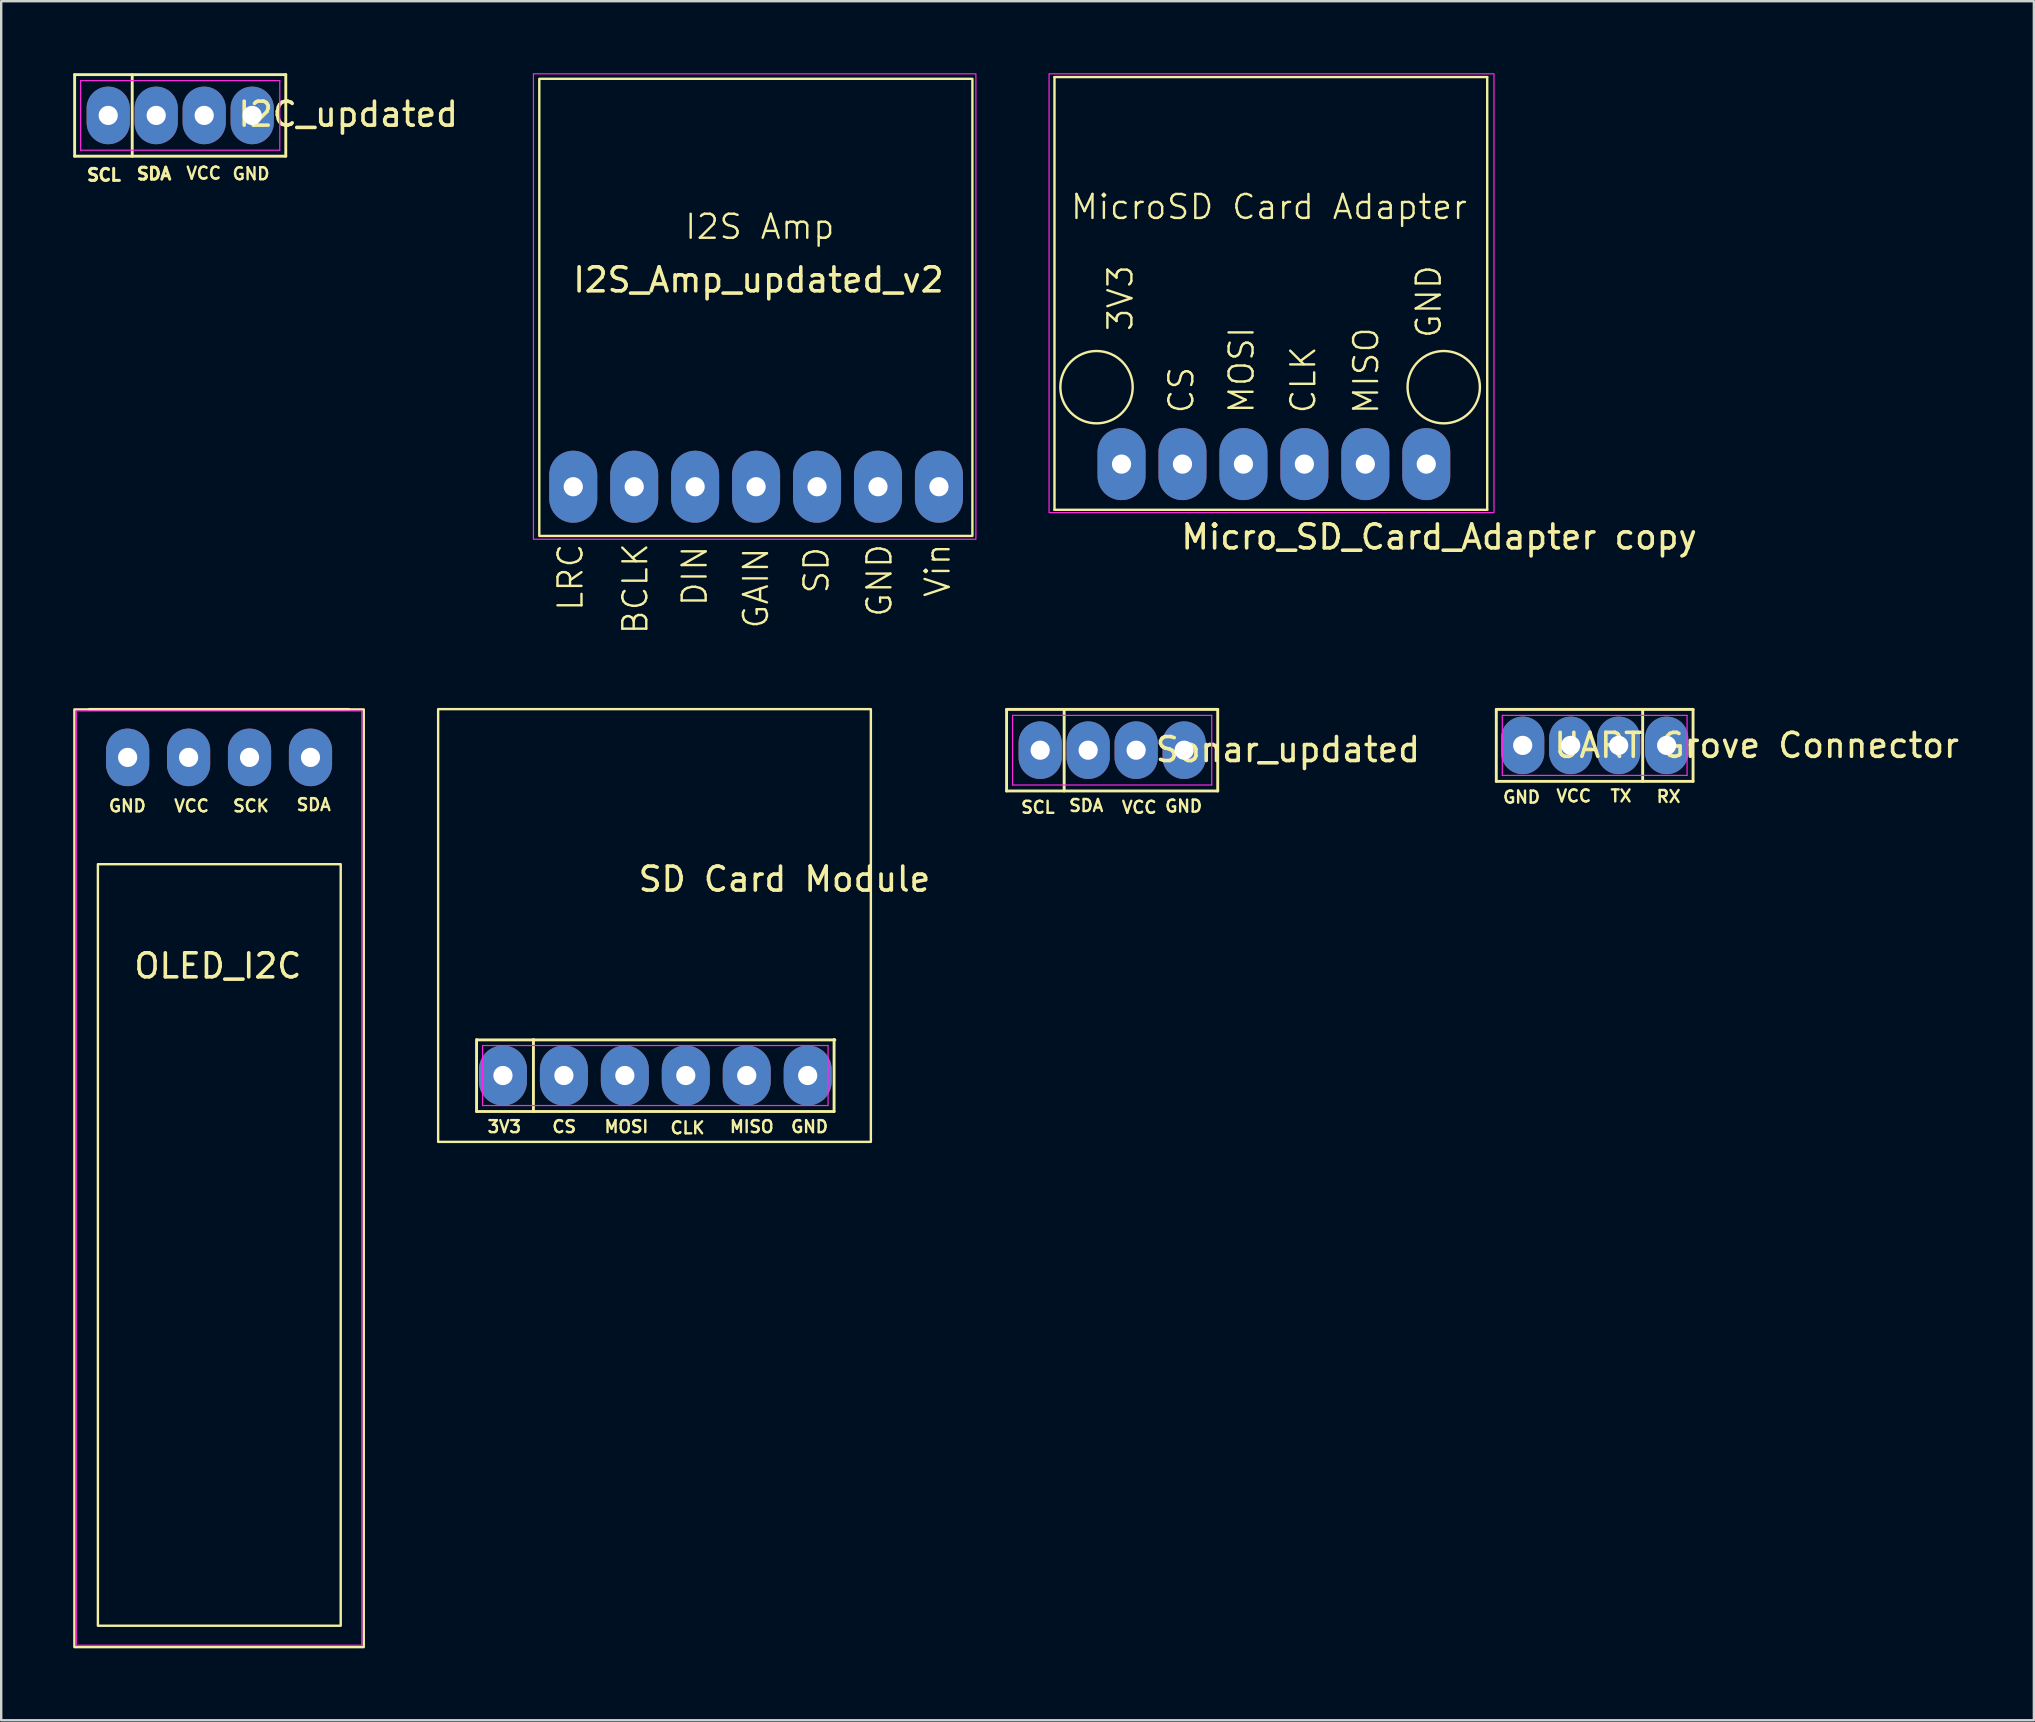
<source format=kicad_pcb>
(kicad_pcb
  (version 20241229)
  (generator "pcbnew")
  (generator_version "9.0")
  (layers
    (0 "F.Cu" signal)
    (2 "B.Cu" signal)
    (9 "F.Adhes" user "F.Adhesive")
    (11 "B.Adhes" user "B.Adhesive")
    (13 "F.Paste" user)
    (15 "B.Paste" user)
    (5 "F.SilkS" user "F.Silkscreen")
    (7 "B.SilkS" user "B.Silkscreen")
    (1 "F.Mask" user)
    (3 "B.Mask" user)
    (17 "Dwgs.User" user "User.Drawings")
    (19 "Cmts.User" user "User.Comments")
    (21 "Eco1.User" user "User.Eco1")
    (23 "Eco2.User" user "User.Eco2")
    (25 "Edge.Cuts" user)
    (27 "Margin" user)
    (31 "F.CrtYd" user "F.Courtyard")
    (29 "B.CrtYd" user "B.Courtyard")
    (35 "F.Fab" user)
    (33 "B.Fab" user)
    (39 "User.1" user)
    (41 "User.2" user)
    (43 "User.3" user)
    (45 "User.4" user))
  (footprint "I2S_Amp_updated_v2"
    (layer "F.Cu")
    (at 28.511 17.705)
    (property "Reference" "I2S_Amp_updated_v2" (at 0.05 -9.09 180) (layer "F.SilkS") (effects (font (size 1 1) (thickness 0.15))))
    (attr through_hole)
    (fp_rect (start -9.085 -17.47) (end 8.965 1.58) (stroke (width 0.1) (type default)) (fill no) (layer "F.SilkS"))
    (fp_rect (start -9.33 -17.68) (end 9.11 1.72) (stroke (width 0.05) (type default)) (fill no) (layer "F.CrtYd"))
    (fp_text user "SD" (at 3.05 4.05 90) (unlocked yes) (layer "F.SilkS") (effects (font (size 1 1) (thickness 0.1)) (justify left bottom)))
    (fp_text user "GAIN" (at 0.53 5.51 90) (unlocked yes) (layer "F.SilkS") (effects (font (size 1 1) (thickness 0.1)) (justify left bottom)))
    (fp_text user "I2S Amp" (at -3.08 -10.72 0) (unlocked yes) (layer "F.SilkS") (effects (font (size 1 1) (thickness 0.1)) (justify left bottom)))
    (fp_text user "DIN" (at -2.025 4.575 90) (unlocked yes) (layer "F.SilkS") (effects (font (size 1 1) (thickness 0.1)) (justify left bottom)))
    (fp_text user "BCLK" (at -4.5 5.75 90) (unlocked yes) (layer "F.SilkS") (effects (font (size 1 1) (thickness 0.1)) (justify left bottom)))
    (fp_text user "Vin" (at 8.1 4.2 90) (unlocked yes) (layer "F.SilkS") (effects (font (size 1 1) (thickness 0.1)) (justify left bottom)))
    (fp_text user "GND" (at 5.675 5.025 90) (unlocked yes) (layer "F.SilkS") (effects (font (size 1 1) (thickness 0.1)) (justify left bottom)))
    (fp_text user "LRC" (at -7.2 4.775 90) (unlocked yes) (layer "F.SilkS") (effects (font (size 1 1) (thickness 0.1)) (justify left bottom)))
    (pad "1" thru_hole oval (at -7.67 -0.47) (size 2 3) (drill 0.8) (layers "*.Cu" "*.Mask"))
    (pad "2" thru_hole oval (at -5.13 -0.47) (size 2 3) (drill 0.8) (layers "*.Cu" "*.Mask"))
    (pad "3" thru_hole oval (at -2.59 -0.47) (size 2 3) (drill 0.8) (layers "*.Cu" "*.Mask"))
    (pad "4" thru_hole oval (at -0.05 -0.47) (size 2 3) (drill 0.8) (layers "*.Cu" "*.Mask"))
    (pad "5" thru_hole oval (at 2.49 -0.47) (size 2 3) (drill 0.8) (layers "*.Cu" "*.Mask"))
    (pad "6" thru_hole oval (at 5.03 -0.47) (size 2 3) (drill 0.8) (layers "*.Cu" "*.Mask"))
    (pad "7" thru_hole oval (at 7.57 -0.47) (size 2 3) (drill 0.8) (layers "*.Cu" "*.Mask")))
  (footprint "OLED_I2C"
    (layer "F.Cu")
    (at 5.58 45.305)
    (property "Reference" "OLED_I2C" (at 0.45 -8.1 0) (layer "F.SilkS") (effects (font (size 1 1) (thickness 0.15))))
    (attr through_hole)
    (fp_line (start -4.91 -18.79) (end 5.91 -18.79) (stroke (width 0.12) (type default)) (layer "F.SilkS"))
    (fp_rect (start -5.53 -18.79) (end 6.53 20.29) (stroke (width 0.1) (type default)) (fill no) (layer "F.SilkS"))
    (fp_rect (start -4.55 -12.34) (end 5.57 19.4) (stroke (width 0.1) (type default)) (fill no) (layer "F.SilkS"))
    (fp_rect (start -5.45 -18.73) (end 6.45 20.21) (stroke (width 0.05) (type default)) (fill no) (layer "F.CrtYd"))
    (fp_text user "SDA" (at 3.675 -14.525 0) (unlocked yes) (layer "F.SilkS") (effects (font (size 0.5 0.5) (thickness 0.1)) (justify left bottom)))
    (fp_text user "SCK" (at 1.025 -14.475 0) (unlocked yes) (layer "F.SilkS") (effects (font (size 0.5 0.5) (thickness 0.1)) (justify left bottom)))
    (fp_text user "GND" (at -4.15 -14.475 0) (unlocked yes) (layer "F.SilkS") (effects (font (size 0.5 0.5) (thickness 0.1)) (justify left bottom)))
    (fp_text user "VCC" (at -1.425 -14.475 0) (unlocked yes) (layer "F.SilkS") (effects (font (size 0.5 0.5) (thickness 0.1)) (justify left bottom)))
    (pad "1" thru_hole oval (at -3.31 -16.79) (size 1.8 2.4) (drill 0.8) (layers "*.Cu" "*.Mask"))
    (pad "2" thru_hole oval (at -0.77 -16.79) (size 1.8 2.4) (drill 0.8) (layers "*.Cu" "*.Mask"))
    (pad "3" thru_hole oval (at 1.77 -16.79) (size 1.8 2.4) (drill 0.8) (layers "*.Cu" "*.Mask"))
    (pad "4" thru_hole oval (at 4.31 -16.79) (size 1.8 2.4) (drill 0.8) (layers "*.Cu" "*.Mask")))
  (footprint "SD Card Module"
    (layer "F.Cu")
    (at 24.344 39.214)
    (property "Reference" "SD Card Module" (at 5.3 -5.625 0) (unlocked yes) (layer "F.SilkS") (effects (font (size 1 1) (thickness 0.15))))
    (attr through_hole)
    (fp_line (start -7.533 4.059) (end -7.533 1.059) (stroke (width 0.12) (type default)) (layer "F.SilkS"))
    (fp_line (start -7.5 1.075) (end 7.4 1.075) (stroke (width 0.12) (type default)) (layer "F.SilkS"))
    (fp_line (start -5.163 1.059) (end -5.163 4.059) (stroke (width 0.12) (type default)) (layer "F.SilkS"))
    (fp_line (start 7.367 1.059) (end 7.367 4.059) (stroke (width 0.12) (type default)) (layer "F.SilkS"))
    (fp_line (start 7.367 4.059) (end -7.533 4.059) (stroke (width 0.12) (type default)) (layer "F.SilkS"))
    (fp_rect (start -9.134 -12.709) (end 8.9 5.325) (stroke (width 0.1) (type default)) (fill no) (layer "F.SilkS"))
    (fp_line (start -7.283 1.309) (end 7.117 1.309) (stroke (width 0.05) (type default)) (layer "F.CrtYd"))
    (fp_line (start -7.283 3.809) (end -7.283 1.309) (stroke (width 0.05) (type default)) (layer "F.CrtYd"))
    (fp_line (start 7.117 1.309) (end 7.117 3.809) (stroke (width 0.05) (type default)) (layer "F.CrtYd"))
    (fp_line (start 7.117 3.809) (end -7.283 3.809) (stroke (width 0.05) (type default)) (layer "F.CrtYd"))
    (fp_text user "MISO" (at 2.967 4.984 0) (unlocked yes) (layer "F.SilkS") (effects (font (size 0.5 0.5) (thickness 0.1)) (justify left bottom)))
    (fp_text user "GND" (at 5.517 4.984 0) (unlocked yes) (layer "F.SilkS") (effects (font (size 0.5 0.5) (thickness 0.1)) (justify left bottom)))
    (fp_text user "MOSI" (at -2.258 4.984 0) (unlocked yes) (layer "F.SilkS") (effects (font (size 0.5 0.5) (thickness 0.1)) (justify left bottom)))
    (fp_text user "3V3" (at -7.133 4.984 0) (unlocked yes) (layer "F.SilkS") (effects (font (size 0.5 0.5) (thickness 0.1)) (justify left bottom)))
    (fp_text user "CS" (at -4.433 4.984 0) (unlocked yes) (layer "F.SilkS") (effects (font (size 0.5 0.5) (thickness 0.1)) (justify left bottom)))
    (fp_text user "CLK" (at 0.492 5.034 0) (unlocked yes) (layer "F.SilkS") (effects (font (size 0.5 0.5) (thickness 0.1)) (justify left bottom)))
    (pad "1" thru_hole oval (at -6.433 2.559) (size 2 2.5) (drill 0.8) (layers "*.Cu" "*.Mask"))
    (pad "2" thru_hole oval (at -3.893 2.559) (size 2 2.5) (drill 0.8) (layers "*.Cu" "*.Mask"))
    (pad "3" thru_hole oval (at -1.353 2.559) (size 2 2.5) (drill 0.8) (layers "*.Cu" "*.Mask"))
    (pad "4" thru_hole oval (at 1.187 2.559) (size 2 2.5) (drill 0.8) (layers "*.Cu" "*.Mask"))
    (pad "5" thru_hole oval (at 3.727 2.559) (size 2 2.5) (drill 0.8) (layers "*.Cu" "*.Mask"))
    (pad "6" thru_hole oval (at 6.267 2.559) (size 2 2.5) (drill 0.8) (layers "*.Cu" "*.Mask")))
  (footprint "UART Grove Connector"
    (layer "F.Cu")
    (at 63.41 28.015)
    (property "Reference" "UART Grove Connector" (at 6.75 0 0) (unlocked yes) (layer "F.SilkS") (effects (font (size 1 1) (thickness 0.15))))
    (attr through_hole)
    (fp_line (start -4.1 -1.5) (end 4.1 -1.5) (stroke (width 0.12) (type default)) (layer "F.SilkS"))
    (fp_line (start -4.1 1.5) (end -4.1 -1.5) (stroke (width 0.12) (type default)) (layer "F.SilkS"))
    (fp_line (start 2 -1.5) (end 2 1.5) (stroke (width 0.12) (type default)) (layer "F.SilkS"))
    (fp_line (start 4.1 -1.5) (end 4.1 1.5) (stroke (width 0.12) (type default)) (layer "F.SilkS"))
    (fp_line (start 4.1 1.5) (end -4.1 1.5) (stroke (width 0.12) (type default)) (layer "F.SilkS"))
    (fp_line (start -3.85 -1.25) (end 3.85 -1.25) (stroke (width 0.05) (type default)) (layer "F.CrtYd"))
    (fp_line (start -3.85 1.25) (end -3.85 -1.25) (stroke (width 0.05) (type default)) (layer "F.CrtYd"))
    (fp_line (start 3.85 -1.25) (end 3.85 1.25) (stroke (width 0.05) (type default)) (layer "F.CrtYd"))
    (fp_line (start 3.85 1.25) (end -3.85 1.25) (stroke (width 0.05) (type default)) (layer "F.CrtYd"))
    (fp_text user "TX" (at 0.6 2.4 0) (unlocked yes) (layer "F.SilkS") (effects (font (size 0.5 0.5) (thickness 0.1)) (justify left bottom)))
    (fp_text user "RX" (at 2.525 2.425 0) (unlocked yes) (layer "F.SilkS") (effects (font (size 0.5 0.5) (thickness 0.1)) (justify left bottom)))
    (fp_text user "GND" (at -3.875 2.45 0) (unlocked yes) (layer "F.SilkS") (effects (font (size 0.5 0.5) (thickness 0.1)) (justify left bottom)))
    (fp_text user "VCC" (at -1.65 2.4 0) (unlocked yes) (layer "F.SilkS") (effects (font (size 0.5 0.5) (thickness 0.1)) (justify left bottom)))
    (pad "1" thru_hole oval (at 3 0) (size 1.8 2.4) (drill 0.8) (layers "*.Cu" "*.Mask"))
    (pad "2" thru_hole oval (at 1 0) (size 1.8 2.4) (drill 0.8) (layers "*.Cu" "*.Mask"))
    (pad "3" thru_hole oval (at -1 0) (size 1.8 2.4) (drill 0.8) (layers "*.Cu" "*.Mask"))
    (pad "4" thru_hole oval (at -3 0) (size 1.8 2.4) (drill 0.8) (layers "*.Cu" "*.Mask")))
  (footprint "Micro_SD_Card_Adapter copy"
    (layer "F.Cu")
    (at 50.069 9.169)
    (property "Reference" "Micro_SD_Card_Adapter copy" (at 6.858 10.16 0) (layer "F.SilkS") (effects (font (size 1 1) (thickness 0.15))))
    (attr through_hole)
    (fp_line (start -9.172 -9.006) (end 8.862 -9.006) (stroke (width 0.1) (type default)) (layer "F.SilkS"))
    (fp_line (start -9.172 9.028) (end -9.172 -9.006) (stroke (width 0.1) (type default)) (layer "F.SilkS"))
    (fp_line (start 8.862 -9.006) (end 8.862 9.028) (stroke (width 0.1) (type default)) (layer "F.SilkS"))
    (fp_line (start 8.862 9.028) (end -9.172 9.028) (stroke (width 0.1) (type default)) (layer "F.SilkS"))
    (fp_circle (center -7.42 3.917) (end -6.06 4.567) (stroke (width 0.1) (type default)) (fill no) (layer "F.SilkS"))
    (fp_circle (center 7.05 3.917) (end 8.41 4.567) (stroke (width 0.1) (type default)) (fill no) (layer "F.SilkS"))
    (fp_rect (start -9.398 -9.144) (end 9.144 9.144) (stroke (width 0.05) (type default)) (fill no) (layer "F.CrtYd"))
    (fp_text user "MicroSD Card Adapter" (at -8.56 -3.01 0) (unlocked yes) (layer "F.SilkS") (effects (font (size 1 1) (thickness 0.1)) (justify left bottom)))
    (fp_text user "GND" (at 7.01 1.94 90) (unlocked yes) (layer "F.SilkS") (effects (font (size 1 1) (thickness 0.1)) (justify left bottom)))
    (fp_text user "CS" (at -3.302 5.08 90) (unlocked yes) (layer "F.SilkS") (effects (font (size 1 1) (thickness 0.1)) (justify left bottom)))
    (fp_text user "MOSI" (at -0.79 5.08 90) (unlocked yes) (layer "F.SilkS") (effects (font (size 1 1) (thickness 0.1)) (justify left bottom)))
    (fp_text user "CLK" (at 1.778 5.08 90) (unlocked yes) (layer "F.SilkS") (effects (font (size 1 1) (thickness 0.1)) (justify left bottom)))
    (fp_text user "MISO" (at 4.4 5.11 90) (unlocked yes) (layer "F.SilkS") (effects (font (size 1 1) (thickness 0.1)) (justify left bottom)))
    (fp_text user "3V3" (at -5.84 1.654 90) (unlocked yes) (layer "F.SilkS") (effects (font (size 1 1) (thickness 0.1)) (justify left bottom)))
    (pad "1" thru_hole oval (at -6.378 7.123) (size 2 3) (drill 0.8) (layers "*.Cu" "*.Mask"))
    (pad "2" thru_hole oval (at -3.838 7.123) (size 2 3) (drill 0.8) (layers "*.Cu" "*.Mask"))
    (pad "3" thru_hole oval (at -1.298 7.123) (size 2 3) (drill 0.8) (layers "*.Cu" "*.Mask"))
    (pad "4" thru_hole oval (at 1.242 7.123) (size 2 3) (drill 0.8) (layers "*.Cu" "*.Mask"))
    (pad "5" thru_hole oval (at 3.782 7.123) (size 2 3) (drill 0.8) (layers "*.Cu" "*.Mask"))
    (pad "6" thru_hole oval (at 6.322 7.123) (size 2 3) (drill 0.8) (layers "*.Cu" "*.Mask")))
  (footprint "Sonar_updated"
    (layer "F.Cu")
    (at 43.3 28.215)
    (property "Reference" "Sonar_updated" (at 7.325 -0.025 0) (unlocked yes) (layer "F.SilkS") (effects (font (size 1 1) (thickness 0.15))))
    (attr through_hole)
    (fp_line (start -4.4 -1.7) (end 4.4 -1.7) (stroke (width 0.12) (type default)) (layer "F.SilkS"))
    (fp_line (start -4.4 1.7) (end -4.4 -1.7) (stroke (width 0.12) (type default)) (layer "F.SilkS"))
    (fp_line (start -2 -1.7) (end -2 1.7) (stroke (width 0.12) (type default)) (layer "F.SilkS"))
    (fp_line (start 4.4 -1.7) (end 4.4 1.7) (stroke (width 0.12) (type default)) (layer "F.SilkS"))
    (fp_line (start 4.4 1.7) (end -4.4 1.7) (stroke (width 0.12) (type default)) (layer "F.SilkS"))
    (fp_line (start -4.15 -1.45) (end 4.15 -1.45) (stroke (width 0.05) (type default)) (layer "F.CrtYd"))
    (fp_line (start -4.15 1.45) (end -4.15 -1.45) (stroke (width 0.05) (type default)) (layer "F.CrtYd"))
    (fp_line (start 4.15 -1.45) (end 4.15 1.45) (stroke (width 0.05) (type default)) (layer "F.CrtYd"))
    (fp_line (start 4.15 1.45) (end -4.15 1.45) (stroke (width 0.05) (type default)) (layer "F.CrtYd"))
    (fp_text user "VCC" (at 0.35 2.675 0) (unlocked yes) (layer "F.SilkS") (effects (font (size 0.5 0.5) (thickness 0.1)) (justify left bottom)))
    (fp_text user "SCL" (at -3.85 2.675 0) (unlocked yes) (layer "F.SilkS") (effects (font (size 0.5 0.5) (thickness 0.1)) (justify left bottom)))
    (fp_text user "SDA" (at -1.85 2.6 0) (unlocked yes) (layer "F.SilkS") (effects (font (size 0.5 0.5) (thickness 0.1)) (justify left bottom)))
    (fp_text user "GND" (at 2.15 2.625 0) (unlocked yes) (layer "F.SilkS") (effects (font (size 0.5 0.5) (thickness 0.1)) (justify left bottom)))
    (pad "1" thru_hole oval (at -3 0) (size 1.8 2.4) (drill 0.8) (layers "*.Cu" "*.Mask"))
    (pad "2" thru_hole oval (at -1 0) (size 1.8 2.4) (drill 0.8) (layers "*.Cu" "*.Mask"))
    (pad "3" thru_hole oval (at 1 0) (size 1.8 2.4) (drill 0.8) (layers "*.Cu" "*.Mask"))
    (pad "4" thru_hole oval (at 3 0) (size 1.8 2.4) (drill 0.8) (layers "*.Cu" "*.Mask")))
  (footprint "I2C_updated"
    (layer "F.Cu")
    (at 4.46 1.76)
    (property "Reference" "I2C_updated" (at 7 -0.05 0) (unlocked yes) (layer "F.SilkS") (effects (font (size 1 1) (thickness 0.15))))
    (attr through_hole)
    (fp_line (start -4.4 -1.7) (end 4.4 -1.7) (stroke (width 0.12) (type default)) (layer "F.SilkS"))
    (fp_line (start -4.4 1.7) (end -4.4 -1.7) (stroke (width 0.12) (type default)) (layer "F.SilkS"))
    (fp_line (start -2 -1.7) (end -2 1.7) (stroke (width 0.12) (type default)) (layer "F.SilkS"))
    (fp_line (start 4.4 -1.7) (end 4.4 1.7) (stroke (width 0.12) (type default)) (layer "F.SilkS"))
    (fp_line (start 4.4 1.7) (end -4.4 1.7) (stroke (width 0.12) (type default)) (layer "F.SilkS"))
    (fp_line (start -4.15 -1.45) (end 4.15 -1.45) (stroke (width 0.05) (type default)) (layer "F.CrtYd"))
    (fp_line (start -4.15 1.45) (end -4.15 -1.45) (stroke (width 0.05) (type default)) (layer "F.CrtYd"))
    (fp_line (start 4.15 -1.45) (end 4.15 1.45) (stroke (width 0.05) (type default)) (layer "F.CrtYd"))
    (fp_line (start 4.15 1.45) (end -4.15 1.45) (stroke (width 0.05) (type default)) (layer "F.CrtYd"))
    (fp_text user "SCL" (at -3.95 2.775 0) (unlocked yes) (layer "F.SilkS") (effects (font (size 0.5 0.5) (thickness 0.125)) (justify left bottom)))
    (fp_text user "SDA" (at -1.875 2.725 0) (unlocked yes) (layer "F.SilkS") (effects (font (size 0.5 0.5) (thickness 0.125)) (justify left bottom)))
    (fp_text user "VCC" (at 0.2 2.7 0) (unlocked yes) (layer "F.SilkS") (effects (font (size 0.5 0.5) (thickness 0.1)) (justify left bottom)))
    (fp_text user "GND" (at 2.125 2.725 0) (unlocked yes) (layer "F.SilkS") (effects (font (size 0.5 0.5) (thickness 0.1)) (justify left bottom)))
    (pad "1" thru_hole oval (at -3 0) (size 1.8 2.4) (drill 0.8) (layers "*.Cu" "*.Mask"))
    (pad "2" thru_hole oval (at -1 0) (size 1.8 2.4) (drill 0.8) (layers "*.Cu" "*.Mask"))
    (pad "3" thru_hole oval (at 1 0) (size 1.8 2.4) (drill 0.8) (layers "*.Cu" "*.Mask"))
    (pad "4" thru_hole oval (at 3 0) (size 1.8 2.4) (drill 0.8) (layers "*.Cu" "*.Mask")))
  (gr_rect
    (start -3 -3)
    (end 81.714 68.645)
    (stroke (width 0.1) (type default))
    (fill no)
    (layer "Edge.Cuts")))
</source>
